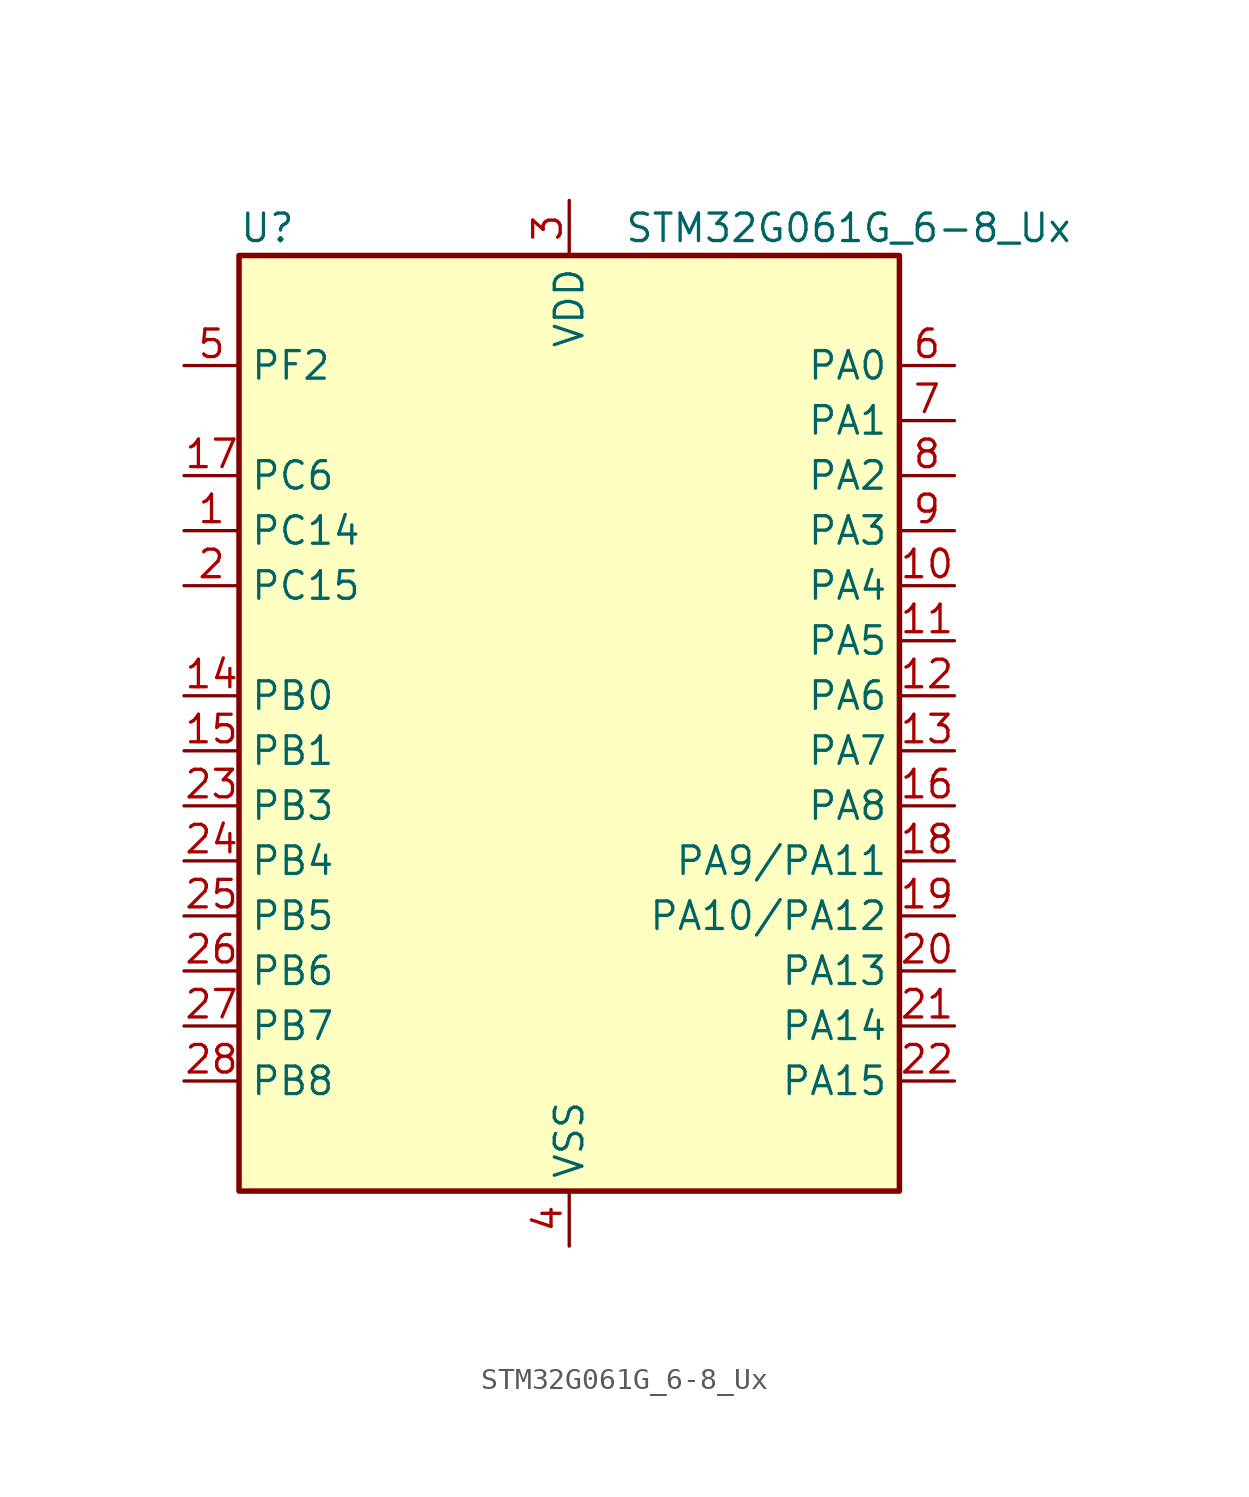
<source format=kicad_sym>
(kicad_symbol_lib
  (version 20241209)
  (generator "kicad_symbol_editor")
  (generator_version "9.0")
  (symbol "STM32G061G_6-8_Ux"
    (property "Reference" "U"
      (at -15.24 24.13 0)
      (effects (font (size 1.27 1.27)) (justify left)))
    (property "Value" "STM32G061G_6-8_Ux"
      (at 2.54 24.13 0)
      (effects (font (size 1.27 1.27)) (justify left)))
    (symbol "STM32G061G_6-8_Ux_0_1"
      (rectangle (start -15.24 -20.32) (end 15.24 22.86) (stroke (width 0.254) (type default)) (fill (type background))))
    (symbol "STM32G061G_6-8_Ux_1_1"
      (pin bidirectional line (at -17.78 17.78 0) (length 2.54) (name "PF2" (effects (font (size 1.27 1.27)))) (number "5" (effects (font (size 1.27 1.27)))) (alternate "RCC_MCO" bidirectional line))
      (pin bidirectional line (at -17.78 12.7 0) (length 2.54) (name "PC6" (effects (font (size 1.27 1.27)))) (number "17" (effects (font (size 1.27 1.27)))) (alternate "TIM2_CH3" bidirectional line) (alternate "TIM3_CH1" bidirectional line))
      (pin bidirectional line (at -17.78 10.16 0) (length 2.54) (name "PC14" (effects (font (size 1.27 1.27)))) (number "1" (effects (font (size 1.27 1.27)))) (alternate "RCC_OSC32_IN" bidirectional line) (alternate "RCC_OSC_IN" bidirectional line) (alternate "TIM1_BK2" bidirectional line))
      (pin bidirectional line (at -17.78 7.62 0) (length 2.54) (name "PC15" (effects (font (size 1.27 1.27)))) (number "2" (effects (font (size 1.27 1.27)))) (alternate "RCC_OSC32_EN" bidirectional line) (alternate "RCC_OSC32_OUT" bidirectional line) (alternate "RCC_OSC_EN" bidirectional line) (alternate "TIM15_BK" bidirectional line))
      (pin bidirectional line (at -17.78 2.54 0) (length 2.54) (name "PB0" (effects (font (size 1.27 1.27)))) (number "14" (effects (font (size 1.27 1.27)))) (alternate "ADC1_IN8" bidirectional line) (alternate "COMP1_OUT" bidirectional line) (alternate "I2S1_WS" bidirectional line) (alternate "LPTIM1_OUT" bidirectional line) (alternate "SPI1_NSS" bidirectional line) (alternate "TIM1_CH2N" bidirectional line) (alternate "TIM3_CH3" bidirectional line))
      (pin bidirectional line (at -17.78 0 0) (length 2.54) (name "PB1" (effects (font (size 1.27 1.27)))) (number "15" (effects (font (size 1.27 1.27)))) (alternate "ADC1_IN9" bidirectional line) (alternate "COMP1_INM" bidirectional line) (alternate "LPTIM2_IN1" bidirectional line) (alternate "LPUART1_DE" bidirectional line) (alternate "LPUART1_RTS" bidirectional line) (alternate "TIM14_CH1" bidirectional line) (alternate "TIM1_CH3N" bidirectional line) (alternate "TIM3_CH4" bidirectional line))
      (pin bidirectional line (at -17.78 -2.54 0) (length 2.54) (name "PB3" (effects (font (size 1.27 1.27)))) (number "23" (effects (font (size 1.27 1.27)))) (alternate "COMP2_INM" bidirectional line) (alternate "I2S1_CK" bidirectional line) (alternate "SPI1_SCK" bidirectional line) (alternate "TIM1_CH2" bidirectional line) (alternate "TIM2_CH2" bidirectional line) (alternate "USART1_CK" bidirectional line) (alternate "USART1_DE" bidirectional line) (alternate "USART1_RTS" bidirectional line))
      (pin bidirectional line (at -17.78 -5.08 0) (length 2.54) (name "PB4" (effects (font (size 1.27 1.27)))) (number "24" (effects (font (size 1.27 1.27)))) (alternate "COMP2_INP" bidirectional line) (alternate "I2S1_MCK" bidirectional line) (alternate "SPI1_MISO" bidirectional line) (alternate "TIM17_BK" bidirectional line) (alternate "TIM3_CH1" bidirectional line) (alternate "USART1_CTS" bidirectional line) (alternate "USART1_NSS" bidirectional line))
      (pin bidirectional line (at -17.78 -7.62 0) (length 2.54) (name "PB5" (effects (font (size 1.27 1.27)))) (number "25" (effects (font (size 1.27 1.27)))) (alternate "COMP2_OUT" bidirectional line) (alternate "I2C1_SMBA" bidirectional line) (alternate "I2S1_SD" bidirectional line) (alternate "LPTIM1_IN1" bidirectional line) (alternate "SPI1_MOSI" bidirectional line) (alternate "SYS_WKUP6" bidirectional line) (alternate "TIM16_BK" bidirectional line) (alternate "TIM3_CH2" bidirectional line))
      (pin bidirectional line (at -17.78 -10.16 0) (length 2.54) (name "PB6" (effects (font (size 1.27 1.27)))) (number "26" (effects (font (size 1.27 1.27)))) (alternate "COMP2_INP" bidirectional line) (alternate "I2C1_SCL" bidirectional line) (alternate "LPTIM1_ETR" bidirectional line) (alternate "SPI2_MISO" bidirectional line) (alternate "TIM16_CH1N" bidirectional line) (alternate "TIM1_CH3" bidirectional line) (alternate "USART1_TX" bidirectional line))
      (pin bidirectional line (at -17.78 -12.7 0) (length 2.54) (name "PB7" (effects (font (size 1.27 1.27)))) (number "27" (effects (font (size 1.27 1.27)))) (alternate "ADC1_IN11" bidirectional line) (alternate "COMP2_INM" bidirectional line) (alternate "I2C1_SDA" bidirectional line) (alternate "LPTIM1_IN2" bidirectional line) (alternate "SPI2_MOSI" bidirectional line) (alternate "SYS_PVD_IN" bidirectional line) (alternate "TIM17_CH1N" bidirectional line) (alternate "USART1_RX" bidirectional line))
      (pin bidirectional line (at -17.78 -15.24 0) (length 2.54) (name "PB8" (effects (font (size 1.27 1.27)))) (number "28" (effects (font (size 1.27 1.27)))) (alternate "I2C1_SCL" bidirectional line) (alternate "SPI2_SCK" bidirectional line) (alternate "TIM15_BK" bidirectional line) (alternate "TIM16_CH1" bidirectional line))
      (pin power_in line (at 0 25.4 270) (length 2.54) (name "VDD" (effects (font (size 1.27 1.27)))) (number "3" (effects (font (size 1.27 1.27)))))
      (pin power_in line (at 0 -22.86 90) (length 2.54) (name "VSS" (effects (font (size 1.27 1.27)))) (number "4" (effects (font (size 1.27 1.27)))))
      (pin bidirectional line (at 17.78 17.78 180) (length 2.54) (name "PA0" (effects (font (size 1.27 1.27)))) (number "6" (effects (font (size 1.27 1.27)))) (alternate "ADC1_IN0" bidirectional line) (alternate "COMP1_INM" bidirectional line) (alternate "COMP1_OUT" bidirectional line) (alternate "LPTIM1_OUT" bidirectional line) (alternate "RTC_TAMP_IN2" bidirectional line) (alternate "SPI2_SCK" bidirectional line) (alternate "SYS_WKUP1" bidirectional line) (alternate "TIM2_CH1" bidirectional line) (alternate "TIM2_ETR" bidirectional line) (alternate "USART2_CTS" bidirectional line) (alternate "USART2_NSS" bidirectional line))
      (pin bidirectional line (at 17.78 15.24 180) (length 2.54) (name "PA1" (effects (font (size 1.27 1.27)))) (number "7" (effects (font (size 1.27 1.27)))) (alternate "ADC1_IN1" bidirectional line) (alternate "COMP1_INP" bidirectional line) (alternate "I2C1_SMBA" bidirectional line) (alternate "I2S1_CK" bidirectional line) (alternate "SPI1_SCK" bidirectional line) (alternate "TIM15_CH1N" bidirectional line) (alternate "TIM2_CH2" bidirectional line) (alternate "USART2_CK" bidirectional line) (alternate "USART2_DE" bidirectional line) (alternate "USART2_RTS" bidirectional line))
      (pin bidirectional line (at 17.78 12.7 180) (length 2.54) (name "PA2" (effects (font (size 1.27 1.27)))) (number "8" (effects (font (size 1.27 1.27)))) (alternate "ADC1_IN2" bidirectional line) (alternate "COMP2_INM" bidirectional line) (alternate "COMP2_OUT" bidirectional line) (alternate "I2S1_SD" bidirectional line) (alternate "LPUART1_TX" bidirectional line) (alternate "RCC_LSCO" bidirectional line) (alternate "SPI1_MOSI" bidirectional line) (alternate "SYS_WKUP4" bidirectional line) (alternate "TIM15_CH1" bidirectional line) (alternate "TIM2_CH3" bidirectional line) (alternate "USART2_TX" bidirectional line))
      (pin bidirectional line (at 17.78 10.16 180) (length 2.54) (name "PA3" (effects (font (size 1.27 1.27)))) (number "9" (effects (font (size 1.27 1.27)))) (alternate "ADC1_IN3" bidirectional line) (alternate "COMP2_INP" bidirectional line) (alternate "LPUART1_RX" bidirectional line) (alternate "SPI2_MISO" bidirectional line) (alternate "TIM15_CH2" bidirectional line) (alternate "TIM2_CH4" bidirectional line) (alternate "USART2_RX" bidirectional line))
      (pin bidirectional line (at 17.78 7.62 180) (length 2.54) (name "PA4" (effects (font (size 1.27 1.27)))) (number "10" (effects (font (size 1.27 1.27)))) (alternate "ADC1_IN4" bidirectional line) (alternate "DAC1_OUT1" bidirectional line) (alternate "I2S1_WS" bidirectional line) (alternate "LPTIM2_OUT" bidirectional line) (alternate "RTC_OUT1" bidirectional line) (alternate "RTC_TAMP_IN1" bidirectional line) (alternate "RTC_TS" bidirectional line) (alternate "SPI1_NSS" bidirectional line) (alternate "SPI2_MOSI" bidirectional line) (alternate "SYS_WKUP2" bidirectional line) (alternate "TIM14_CH1" bidirectional line))
      (pin bidirectional line (at 17.78 5.08 180) (length 2.54) (name "PA5" (effects (font (size 1.27 1.27)))) (number "11" (effects (font (size 1.27 1.27)))) (alternate "ADC1_IN5" bidirectional line) (alternate "DAC1_OUT2" bidirectional line) (alternate "I2S1_CK" bidirectional line) (alternate "LPTIM2_ETR" bidirectional line) (alternate "SPI1_SCK" bidirectional line) (alternate "TIM2_CH1" bidirectional line) (alternate "TIM2_ETR" bidirectional line))
      (pin bidirectional line (at 17.78 2.54 180) (length 2.54) (name "PA6" (effects (font (size 1.27 1.27)))) (number "12" (effects (font (size 1.27 1.27)))) (alternate "ADC1_IN6" bidirectional line) (alternate "COMP1_OUT" bidirectional line) (alternate "I2S1_MCK" bidirectional line) (alternate "LPUART1_CTS" bidirectional line) (alternate "SPI1_MISO" bidirectional line) (alternate "TIM16_CH1" bidirectional line) (alternate "TIM1_BK" bidirectional line) (alternate "TIM3_CH1" bidirectional line))
      (pin bidirectional line (at 17.78 0 180) (length 2.54) (name "PA7" (effects (font (size 1.27 1.27)))) (number "13" (effects (font (size 1.27 1.27)))) (alternate "ADC1_IN7" bidirectional line) (alternate "COMP2_OUT" bidirectional line) (alternate "I2S1_SD" bidirectional line) (alternate "SPI1_MOSI" bidirectional line) (alternate "TIM14_CH1" bidirectional line) (alternate "TIM17_CH1" bidirectional line) (alternate "TIM1_CH1N" bidirectional line) (alternate "TIM3_CH2" bidirectional line))
      (pin bidirectional line (at 17.78 -2.54 180) (length 2.54) (name "PA8" (effects (font (size 1.27 1.27)))) (number "16" (effects (font (size 1.27 1.27)))) (alternate "LPTIM2_OUT" bidirectional line) (alternate "RCC_MCO" bidirectional line) (alternate "SPI2_NSS" bidirectional line) (alternate "TIM1_CH1" bidirectional line))
      (pin bidirectional line (at 17.78 -5.08 180) (length 2.54) (name "PA9/PA11" (effects (font (size 1.27 1.27)))) (number "18" (effects (font (size 1.27 1.27)))) (alternate "ADC1_EXTI11 (PA11)" bidirectional line) (alternate "ADC1_IN15 (PA11)" bidirectional line) (alternate "COMP1_OUT (PA11)" bidirectional line) (alternate "DAC1_EXTI9 (PA9)" bidirectional line) (alternate "I2C1_SCL (PA9)" bidirectional line) (alternate "I2C2_SCL (PA11)" bidirectional line) (alternate "I2S1_MCK (PA11)" bidirectional line) (alternate "PA11" bidirectional line) (alternate "PA9" bidirectional line) (alternate "RCC_MCO (PA9)" bidirectional line) (alternate "SPI1_MISO (PA11)" bidirectional line) (alternate "SPI2_MISO (PA9)" bidirectional line) (alternate "TIM15_BK (PA9)" bidirectional line) (alternate "TIM1_BK2 (PA11)" bidirectional line) (alternate "TIM1_CH2 (PA9)" bidirectional line) (alternate "TIM1_CH4 (PA11)" bidirectional line) (alternate "USART1_CTS (PA11)" bidirectional line) (alternate "USART1_NSS (PA11)" bidirectional line) (alternate "USART1_TX (PA9)" bidirectional line))
      (pin bidirectional line (at 17.78 -7.62 180) (length 2.54) (name "PA10/PA12" (effects (font (size 1.27 1.27)))) (number "19" (effects (font (size 1.27 1.27)))) (alternate "ADC1_IN16 (PA12)" bidirectional line) (alternate "COMP2_OUT (PA12)" bidirectional line) (alternate "I2C1_SDA (PA10)" bidirectional line) (alternate "I2C2_SDA (PA12)" bidirectional line) (alternate "I2S1_SD (PA12)" bidirectional line) (alternate "I2S_CKIN (PA12)" bidirectional line) (alternate "PA10" bidirectional line) (alternate "PA12" bidirectional line) (alternate "SPI1_MOSI (PA12)" bidirectional line) (alternate "SPI2_MOSI (PA10)" bidirectional line) (alternate "TIM17_BK (PA10)" bidirectional line) (alternate "TIM1_CH3 (PA10)" bidirectional line) (alternate "TIM1_ETR (PA12)" bidirectional line) (alternate "USART1_CK (PA12)" bidirectional line) (alternate "USART1_DE (PA12)" bidirectional line) (alternate "USART1_RTS (PA12)" bidirectional line) (alternate "USART1_RX (PA10)" bidirectional line))
      (pin bidirectional line (at 17.78 -10.16 180) (length 2.54) (name "PA13" (effects (font (size 1.27 1.27)))) (number "20" (effects (font (size 1.27 1.27)))) (alternate "ADC1_IN17" bidirectional line) (alternate "IR_OUT" bidirectional line) (alternate "SYS_SWDIO" bidirectional line))
      (pin bidirectional line (at 17.78 -12.7 180) (length 2.54) (name "PA14" (effects (font (size 1.27 1.27)))) (number "21" (effects (font (size 1.27 1.27)))) (alternate "ADC1_IN18" bidirectional line) (alternate "SYS_SWCLK" bidirectional line) (alternate "USART2_TX" bidirectional line))
      (pin bidirectional line (at 17.78 -15.24 180) (length 2.54) (name "PA15" (effects (font (size 1.27 1.27)))) (number "22" (effects (font (size 1.27 1.27)))) (alternate "I2S1_WS" bidirectional line) (alternate "SPI1_NSS" bidirectional line) (alternate "TIM2_CH1" bidirectional line) (alternate "TIM2_ETR" bidirectional line) (alternate "USART2_RX" bidirectional line)))))
</source>
